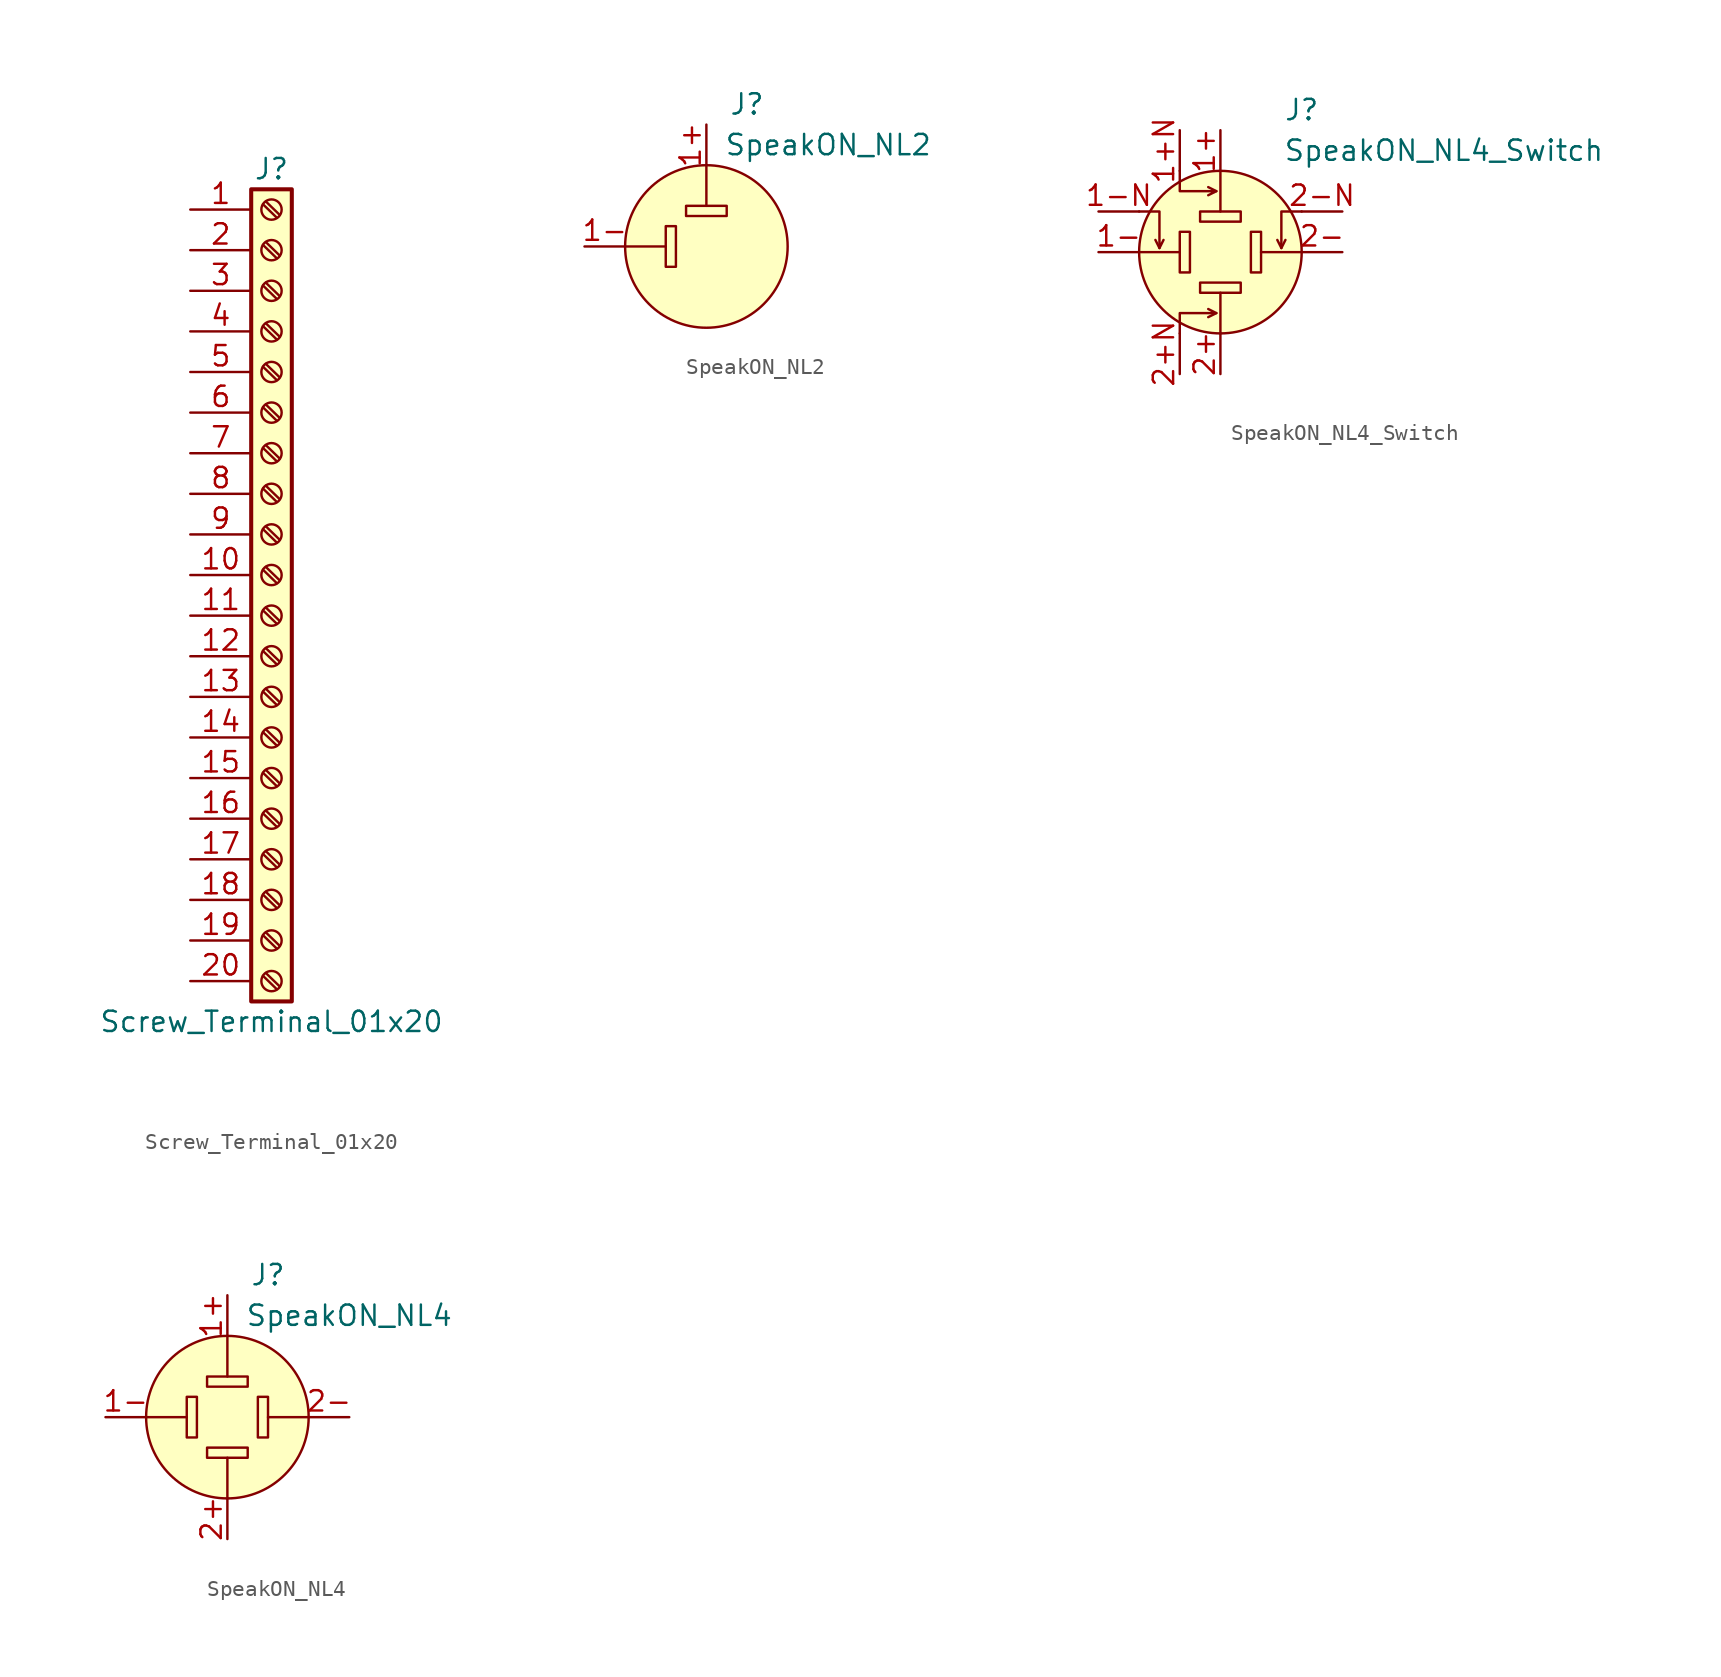
<source format=kicad_sym>
(kicad_symbol_lib
  (version 20220914)
  (generator kicad_symbol_editor)
  (symbol "Screw_Terminal_01x20"
    (pin_names
      (offset 1.016) hide)
    (property "Reference" "J"
      (at 0 25.4 0)
      (effects (font (size 1.27 1.27))))
    (property "Value" "Screw_Terminal_01x20"
      (at 0 -27.94 0)
      (effects (font (size 1.27 1.27))))
    (symbol "Screw_Terminal_01x20_1_1"
      (rectangle (start -1.27 24.13) (end 1.27 -26.67) (stroke (width 0.254) (type solid)) (fill (type background)))
      (circle (center 0 -25.4) (radius 0.635) (stroke (width 0.152) (type solid)) (fill (type none)))
      (circle (center 0 -22.86) (radius 0.635) (stroke (width 0.152) (type solid)) (fill (type none)))
      (circle (center 0 -20.32) (radius 0.635) (stroke (width 0.152) (type solid)) (fill (type none)))
      (circle (center 0 -17.78) (radius 0.635) (stroke (width 0.152) (type solid)) (fill (type none)))
      (circle (center 0 -15.24) (radius 0.635) (stroke (width 0.152) (type solid)) (fill (type none)))
      (circle (center 0 -12.7) (radius 0.635) (stroke (width 0.152) (type solid)) (fill (type none)))
      (circle (center 0 -10.16) (radius 0.635) (stroke (width 0.152) (type solid)) (fill (type none)))
      (circle (center 0 -7.62) (radius 0.635) (stroke (width 0.152) (type solid)) (fill (type none)))
      (circle (center 0 -5.08) (radius 0.635) (stroke (width 0.152) (type solid)) (fill (type none)))
      (circle (center 0 -2.54) (radius 0.635) (stroke (width 0.152) (type solid)) (fill (type none)))
      (polyline (pts (xy -0.533 -25.07) (xy 0.33 -25.908)) (stroke (width 0.152) (type solid)) (fill (type none)))
      (polyline (pts (xy -0.533 -22.53) (xy 0.33 -23.368)) (stroke (width 0.152) (type solid)) (fill (type none)))
      (polyline (pts (xy -0.533 -19.99) (xy 0.33 -20.828)) (stroke (width 0.152) (type solid)) (fill (type none)))
      (polyline (pts (xy -0.533 -17.45) (xy 0.33 -18.288)) (stroke (width 0.152) (type solid)) (fill (type none)))
      (polyline (pts (xy -0.533 -14.91) (xy 0.33 -15.748)) (stroke (width 0.152) (type solid)) (fill (type none)))
      (polyline (pts (xy -0.533 -12.37) (xy 0.33 -13.208)) (stroke (width 0.152) (type solid)) (fill (type none)))
      (polyline (pts (xy -0.533 -9.83) (xy 0.33 -10.668)) (stroke (width 0.152) (type solid)) (fill (type none)))
      (polyline (pts (xy -0.533 -7.29) (xy 0.33 -8.128)) (stroke (width 0.152) (type solid)) (fill (type none)))
      (polyline (pts (xy -0.533 -4.75) (xy 0.33 -5.588)) (stroke (width 0.152) (type solid)) (fill (type none)))
      (polyline (pts (xy -0.533 -2.21) (xy 0.33 -3.048)) (stroke (width 0.152) (type solid)) (fill (type none)))
      (polyline (pts (xy -0.533 0.33) (xy 0.33 -0.508)) (stroke (width 0.152) (type solid)) (fill (type none)))
      (polyline (pts (xy -0.533 2.87) (xy 0.33 2.032)) (stroke (width 0.152) (type solid)) (fill (type none)))
      (polyline (pts (xy -0.533 5.41) (xy 0.33 4.572)) (stroke (width 0.152) (type solid)) (fill (type none)))
      (polyline (pts (xy -0.533 7.95) (xy 0.33 7.112)) (stroke (width 0.152) (type solid)) (fill (type none)))
      (polyline (pts (xy -0.533 10.49) (xy 0.33 9.652)) (stroke (width 0.152) (type solid)) (fill (type none)))
      (polyline (pts (xy -0.533 13.03) (xy 0.33 12.192)) (stroke (width 0.152) (type solid)) (fill (type none)))
      (polyline (pts (xy -0.533 15.57) (xy 0.33 14.732)) (stroke (width 0.152) (type solid)) (fill (type none)))
      (polyline (pts (xy -0.533 18.11) (xy 0.33 17.272)) (stroke (width 0.152) (type solid)) (fill (type none)))
      (polyline (pts (xy -0.533 20.65) (xy 0.33 19.812)) (stroke (width 0.152) (type solid)) (fill (type none)))
      (polyline (pts (xy -0.533 23.19) (xy 0.33 22.352)) (stroke (width 0.152) (type solid)) (fill (type none)))
      (polyline (pts (xy -0.356 -24.892) (xy 0.508 -25.73)) (stroke (width 0.152) (type solid)) (fill (type none)))
      (polyline (pts (xy -0.356 -22.352) (xy 0.508 -23.19)) (stroke (width 0.152) (type solid)) (fill (type none)))
      (polyline (pts (xy -0.356 -19.812) (xy 0.508 -20.65)) (stroke (width 0.152) (type solid)) (fill (type none)))
      (polyline (pts (xy -0.356 -17.272) (xy 0.508 -18.11)) (stroke (width 0.152) (type solid)) (fill (type none)))
      (polyline (pts (xy -0.356 -14.732) (xy 0.508 -15.57)) (stroke (width 0.152) (type solid)) (fill (type none)))
      (polyline (pts (xy -0.356 -12.192) (xy 0.508 -13.03)) (stroke (width 0.152) (type solid)) (fill (type none)))
      (polyline (pts (xy -0.356 -9.652) (xy 0.508 -10.49)) (stroke (width 0.152) (type solid)) (fill (type none)))
      (polyline (pts (xy -0.356 -7.112) (xy 0.508 -7.95)) (stroke (width 0.152) (type solid)) (fill (type none)))
      (polyline (pts (xy -0.356 -4.572) (xy 0.508 -5.41)) (stroke (width 0.152) (type solid)) (fill (type none)))
      (polyline (pts (xy -0.356 -2.032) (xy 0.508 -2.87)) (stroke (width 0.152) (type solid)) (fill (type none)))
      (polyline (pts (xy -0.356 0.508) (xy 0.508 -0.33)) (stroke (width 0.152) (type solid)) (fill (type none)))
      (polyline (pts (xy -0.356 3.048) (xy 0.508 2.21)) (stroke (width 0.152) (type solid)) (fill (type none)))
      (polyline (pts (xy -0.356 5.588) (xy 0.508 4.75)) (stroke (width 0.152) (type solid)) (fill (type none)))
      (polyline (pts (xy -0.356 8.128) (xy 0.508 7.29)) (stroke (width 0.152) (type solid)) (fill (type none)))
      (polyline (pts (xy -0.356 10.668) (xy 0.508 9.83)) (stroke (width 0.152) (type solid)) (fill (type none)))
      (polyline (pts (xy -0.356 13.208) (xy 0.508 12.37)) (stroke (width 0.152) (type solid)) (fill (type none)))
      (polyline (pts (xy -0.356 15.748) (xy 0.508 14.91)) (stroke (width 0.152) (type solid)) (fill (type none)))
      (polyline (pts (xy -0.356 18.288) (xy 0.508 17.45)) (stroke (width 0.152) (type solid)) (fill (type none)))
      (polyline (pts (xy -0.356 20.828) (xy 0.508 19.99)) (stroke (width 0.152) (type solid)) (fill (type none)))
      (polyline (pts (xy -0.356 23.368) (xy 0.508 22.53)) (stroke (width 0.152) (type solid)) (fill (type none)))
      (circle (center 0 0) (radius 0.635) (stroke (width 0.152) (type solid)) (fill (type none)))
      (circle (center 0 2.54) (radius 0.635) (stroke (width 0.152) (type solid)) (fill (type none)))
      (circle (center 0 5.08) (radius 0.635) (stroke (width 0.152) (type solid)) (fill (type none)))
      (circle (center 0 7.62) (radius 0.635) (stroke (width 0.152) (type solid)) (fill (type none)))
      (circle (center 0 10.16) (radius 0.635) (stroke (width 0.152) (type solid)) (fill (type none)))
      (circle (center 0 12.7) (radius 0.635) (stroke (width 0.152) (type solid)) (fill (type none)))
      (circle (center 0 15.24) (radius 0.635) (stroke (width 0.152) (type solid)) (fill (type none)))
      (circle (center 0 17.78) (radius 0.635) (stroke (width 0.152) (type solid)) (fill (type none)))
      (circle (center 0 20.32) (radius 0.635) (stroke (width 0.152) (type solid)) (fill (type none)))
      (circle (center 0 22.86) (radius 0.635) (stroke (width 0.152) (type solid)) (fill (type none)))
      (pin passive line (at -5.08 22.86 0) (length 3.81) (name "Pin_1" (effects (font (size 1.27 1.27)))) (number "1" (effects (font (size 1.27 1.27)))))
      (pin passive line (at -5.08 0 0) (length 3.81) (name "Pin_10" (effects (font (size 1.27 1.27)))) (number "10" (effects (font (size 1.27 1.27)))))
      (pin passive line (at -5.08 -2.54 0) (length 3.81) (name "Pin_11" (effects (font (size 1.27 1.27)))) (number "11" (effects (font (size 1.27 1.27)))))
      (pin passive line (at -5.08 -5.08 0) (length 3.81) (name "Pin_12" (effects (font (size 1.27 1.27)))) (number "12" (effects (font (size 1.27 1.27)))))
      (pin passive line (at -5.08 -7.62 0) (length 3.81) (name "Pin_13" (effects (font (size 1.27 1.27)))) (number "13" (effects (font (size 1.27 1.27)))))
      (pin passive line (at -5.08 -10.16 0) (length 3.81) (name "Pin_14" (effects (font (size 1.27 1.27)))) (number "14" (effects (font (size 1.27 1.27)))))
      (pin passive line (at -5.08 -12.7 0) (length 3.81) (name "Pin_15" (effects (font (size 1.27 1.27)))) (number "15" (effects (font (size 1.27 1.27)))))
      (pin passive line (at -5.08 -15.24 0) (length 3.81) (name "Pin_16" (effects (font (size 1.27 1.27)))) (number "16" (effects (font (size 1.27 1.27)))))
      (pin passive line (at -5.08 -17.78 0) (length 3.81) (name "Pin_17" (effects (font (size 1.27 1.27)))) (number "17" (effects (font (size 1.27 1.27)))))
      (pin passive line (at -5.08 -20.32 0) (length 3.81) (name "Pin_18" (effects (font (size 1.27 1.27)))) (number "18" (effects (font (size 1.27 1.27)))))
      (pin passive line (at -5.08 -22.86 0) (length 3.81) (name "Pin_19" (effects (font (size 1.27 1.27)))) (number "19" (effects (font (size 1.27 1.27)))))
      (pin passive line (at -5.08 20.32 0) (length 3.81) (name "Pin_2" (effects (font (size 1.27 1.27)))) (number "2" (effects (font (size 1.27 1.27)))))
      (pin passive line (at -5.08 -25.4 0) (length 3.81) (name "Pin_20" (effects (font (size 1.27 1.27)))) (number "20" (effects (font (size 1.27 1.27)))))
      (pin passive line (at -5.08 17.78 0) (length 3.81) (name "Pin_3" (effects (font (size 1.27 1.27)))) (number "3" (effects (font (size 1.27 1.27)))))
      (pin passive line (at -5.08 15.24 0) (length 3.81) (name "Pin_4" (effects (font (size 1.27 1.27)))) (number "4" (effects (font (size 1.27 1.27)))))
      (pin passive line (at -5.08 12.7 0) (length 3.81) (name "Pin_5" (effects (font (size 1.27 1.27)))) (number "5" (effects (font (size 1.27 1.27)))))
      (pin passive line (at -5.08 10.16 0) (length 3.81) (name "Pin_6" (effects (font (size 1.27 1.27)))) (number "6" (effects (font (size 1.27 1.27)))))
      (pin passive line (at -5.08 7.62 0) (length 3.81) (name "Pin_7" (effects (font (size 1.27 1.27)))) (number "7" (effects (font (size 1.27 1.27)))))
      (pin passive line (at -5.08 5.08 0) (length 3.81) (name "Pin_8" (effects (font (size 1.27 1.27)))) (number "8" (effects (font (size 1.27 1.27)))))
      (pin passive line (at -5.08 2.54 0) (length 3.81) (name "Pin_9" (effects (font (size 1.27 1.27)))) (number "9" (effects (font (size 1.27 1.27)))))))
  (symbol "SpeakON_NL2"
    (pin_names hide)
    (property "Reference" "J"
      (at 2.54 8.89 0)
      (effects (font (size 1.27 1.27))))
    (property "Value" "SpeakON_NL2"
      (at 7.62 6.35 0)
      (effects (font (size 1.27 1.27))))
    (symbol "SpeakON_NL2_0_1"
      (rectangle (start -2.54 1.27) (end -1.905 -1.27) (stroke (width 0) (type solid)) (fill (type none)))
      (rectangle (start -1.27 2.54) (end 1.27 1.905) (stroke (width 0) (type solid)) (fill (type none)))
      (polyline (pts (xy -5.08 0) (xy -2.54 0)) (stroke (width 0) (type solid)) (fill (type none)))
      (polyline (pts (xy 0 5.08) (xy 0 2.54)) (stroke (width 0) (type solid)) (fill (type none)))
      (circle (center 0 0) (radius 5.08) (stroke (width 0) (type solid)) (fill (type background)))
      (pin passive line (at -7.62 0 0) (length 2.54) (name "1-" (effects (font (size 1.27 1.27)))) (number "1-" (effects (font (size 1.27 1.27))))))
    (symbol "SpeakON_NL2_1_1"
      (pin passive line (at 0 7.62 270) (length 2.54) (name "1+" (effects (font (size 1.27 1.27)))) (number "1+" (effects (font (size 1.27 1.27)))))))
  (symbol "SpeakON_NL4_Switch"
    (pin_names hide)
    (property "Reference" "J"
      (at 5.08 8.89 0)
      (effects (font (size 1.27 1.27))))
    (property "Value" "SpeakON_NL4_Switch"
      (at 13.97 6.35 0)
      (effects (font (size 1.27 1.27))))
    (symbol "SpeakON_NL4_Switch_0_1"
      (rectangle (start -2.54 1.27) (end -1.905 -1.27) (stroke (width 0) (type solid)) (fill (type none)))
      (rectangle (start -1.27 -2.54) (end 1.27 -1.905) (stroke (width 0) (type solid)) (fill (type none)))
      (rectangle (start -1.27 2.54) (end 1.27 1.905) (stroke (width 0) (type solid)) (fill (type none)))
      (polyline (pts (xy -5.08 0) (xy -2.54 0)) (stroke (width 0) (type solid)) (fill (type none)))
      (polyline (pts (xy 0 -5.08) (xy 0 -2.54)) (stroke (width 0) (type solid)) (fill (type none)))
      (polyline (pts (xy 0 5.08) (xy 0 2.54)) (stroke (width 0) (type solid)) (fill (type none)))
      (polyline (pts (xy 5.08 0) (xy 2.54 0)) (stroke (width 0) (type solid)) (fill (type none)))
      (circle (center 0 0) (radius 5.08) (stroke (width 0) (type solid)) (fill (type background)))
      (rectangle (start 2.54 1.27) (end 1.905 -1.27) (stroke (width 0) (type solid)) (fill (type none)))
      (pin passive line (at -7.62 0 0) (length 2.54) (name "1-" (effects (font (size 1.27 1.27)))) (number "1-" (effects (font (size 1.27 1.27)))))
      (pin passive line (at -7.62 2.54 0) (length 2.54) (name "1-N" (effects (font (size 1.27 1.27)))) (number "1-N" (effects (font (size 1.27 1.27)))))
      (pin passive line (at 0 -7.62 90) (length 2.54) (name "2+" (effects (font (size 1.27 1.27)))) (number "2+" (effects (font (size 1.27 1.27)))))
      (pin passive line (at -2.54 -7.62 90) (length 2.54) (name "2+N" (effects (font (size 1.27 1.27)))) (number "2+N" (effects (font (size 1.27 1.27)))))
      (pin passive line (at 7.62 0 180) (length 2.54) (name "2-" (effects (font (size 1.27 1.27)))) (number "2-" (effects (font (size 1.27 1.27))))))
    (symbol "SpeakON_NL4_Switch_1_1"
      (polyline (pts (xy -3.81 0.254) (xy -4.064 0.762)) (stroke (width 0) (type solid)) (fill (type none)))
      (polyline (pts (xy -0.254 -3.81) (xy -0.762 -4.064)) (stroke (width 0) (type solid)) (fill (type none)))
      (polyline (pts (xy -0.254 3.81) (xy -0.762 4.064)) (stroke (width 0) (type solid)) (fill (type none)))
      (polyline (pts (xy 3.81 0.254) (xy 4.064 0.762)) (stroke (width 0) (type solid)) (fill (type none)))
      (polyline (pts (xy -5.08 2.54) (xy -3.81 2.54) (xy -3.81 0.254) (xy -3.556 0.762)) (stroke (width 0) (type solid)) (fill (type none)))
      (polyline (pts (xy -2.54 -5.08) (xy -2.54 -3.81) (xy -0.254 -3.81) (xy -0.762 -3.556)) (stroke (width 0) (type solid)) (fill (type none)))
      (polyline (pts (xy -2.54 5.08) (xy -2.54 3.81) (xy -0.254 3.81) (xy -0.762 3.556)) (stroke (width 0) (type solid)) (fill (type none)))
      (polyline (pts (xy 5.08 2.54) (xy 3.81 2.54) (xy 3.81 0.254) (xy 3.556 0.762)) (stroke (width 0) (type solid)) (fill (type none)))
      (pin passive line (at 0 7.62 270) (length 2.54) (name "1+" (effects (font (size 1.27 1.27)))) (number "1+" (effects (font (size 1.27 1.27)))))
      (pin passive line (at -2.54 7.62 270) (length 2.54) (name "1+N" (effects (font (size 1.27 1.27)))) (number "1+N" (effects (font (size 1.27 1.27)))))
      (pin passive line (at 7.62 2.54 180) (length 2.54) (name "2-N" (effects (font (size 1.27 1.27)))) (number "2-N" (effects (font (size 1.27 1.27)))))))
  (symbol "SpeakON_NL4"
    (pin_names hide)
    (property "Reference" "J"
      (at 2.54 8.89 0)
      (effects (font (size 1.27 1.27))))
    (property "Value" "SpeakON_NL4"
      (at 7.62 6.35 0)
      (effects (font (size 1.27 1.27))))
    (symbol "SpeakON_NL4_0_1"
      (rectangle (start -2.54 1.27) (end -1.905 -1.27) (stroke (width 0) (type solid)) (fill (type none)))
      (rectangle (start -1.27 -2.54) (end 1.27 -1.905) (stroke (width 0) (type solid)) (fill (type none)))
      (rectangle (start -1.27 2.54) (end 1.27 1.905) (stroke (width 0) (type solid)) (fill (type none)))
      (polyline (pts (xy -5.08 0) (xy -2.54 0)) (stroke (width 0) (type solid)) (fill (type none)))
      (polyline (pts (xy 0 -5.08) (xy 0 -2.54)) (stroke (width 0) (type solid)) (fill (type none)))
      (polyline (pts (xy 0 5.08) (xy 0 2.54)) (stroke (width 0) (type solid)) (fill (type none)))
      (polyline (pts (xy 5.08 0) (xy 2.54 0)) (stroke (width 0) (type solid)) (fill (type none)))
      (circle (center 0 0) (radius 5.08) (stroke (width 0) (type solid)) (fill (type background)))
      (rectangle (start 2.54 1.27) (end 1.905 -1.27) (stroke (width 0) (type solid)) (fill (type none)))
      (pin passive line (at -7.62 0 0) (length 2.54) (name "1-" (effects (font (size 1.27 1.27)))) (number "1-" (effects (font (size 1.27 1.27)))))
      (pin passive line (at 0 -7.62 90) (length 2.54) (name "2+" (effects (font (size 1.27 1.27)))) (number "2+" (effects (font (size 1.27 1.27)))))
      (pin passive line (at 7.62 0 180) (length 2.54) (name "2-" (effects (font (size 1.27 1.27)))) (number "2-" (effects (font (size 1.27 1.27))))))
    (symbol "SpeakON_NL4_1_1"
      (pin passive line (at 0 7.62 270) (length 2.54) (name "1+" (effects (font (size 1.27 1.27)))) (number "1+" (effects (font (size 1.27 1.27))))))))
</source>
